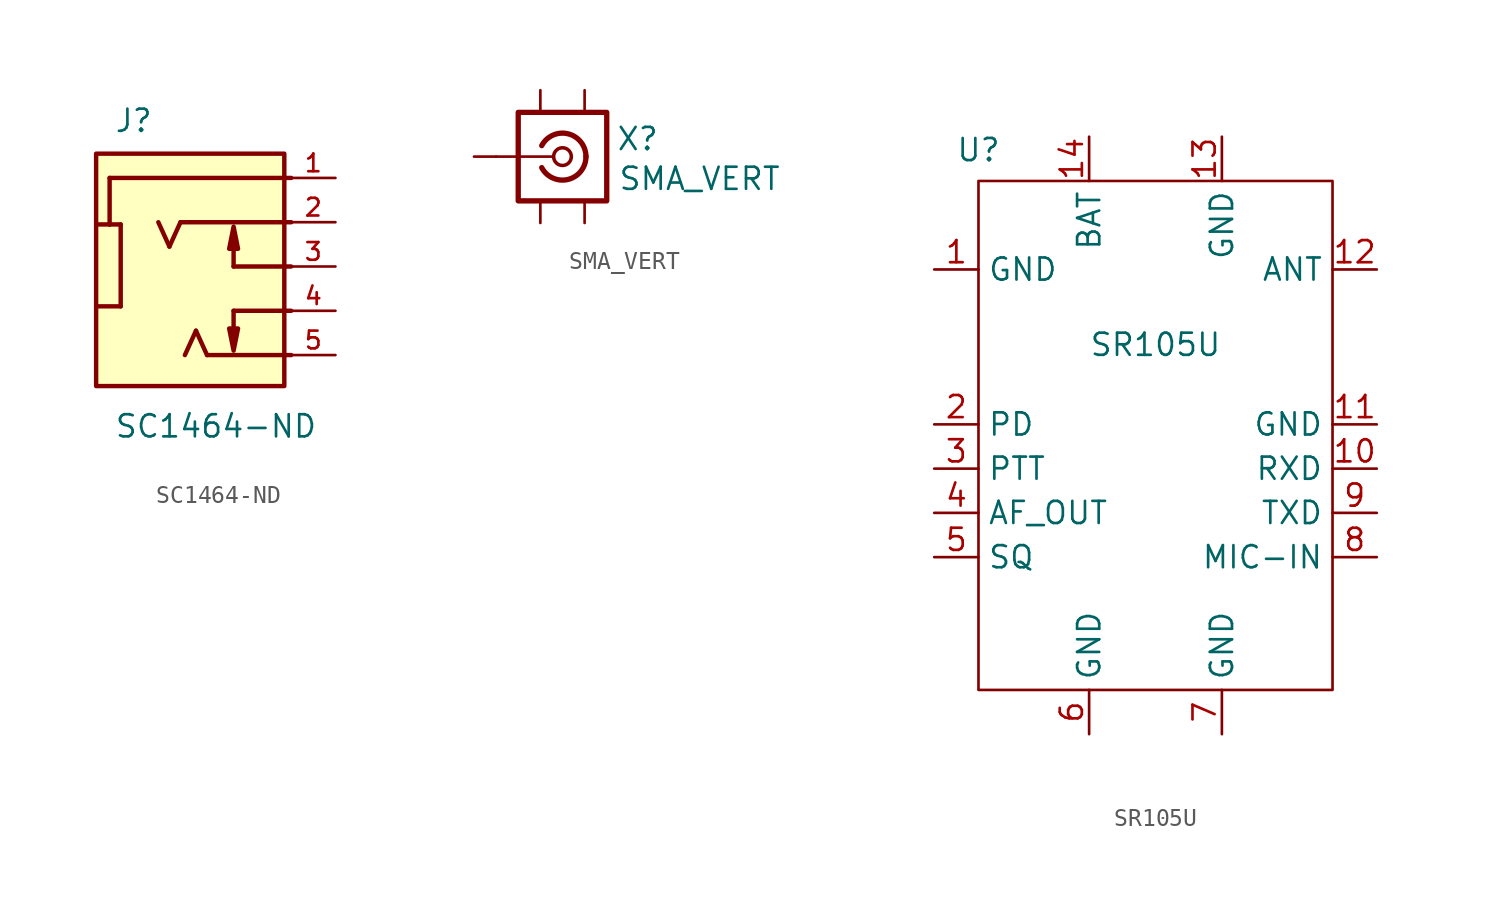
<source format=kicad_sym>
(kicad_symbol_lib
  (version 20241209)
  (generator "kicad_symbol_editor")
  (generator_version "9.0")
  (symbol "SC1464-ND"
    (pin_names
      (offset 1.016))
    (property "Reference" "J"
      (at -5.08 7.62 0)
      (effects (font (size 1.27 1.27)) (justify left bottom)))
    (property "Value" "SC1464-ND"
      (at -5.08 -9.906 0)
      (effects (font (size 1.27 1.27)) (justify left bottom)))
    (symbol "SC1464-ND_0_0"
      (rectangle (start -6.108 6.472) (end 4.687 -6.858) (stroke (width 0.254) (type default)) (fill (type background)))
      (polyline (pts (xy -5.969 2.413) (xy -5.334 2.413)) (stroke (width 0.254) (type default)) (fill (type none)))
      (polyline (pts (xy -5.334 5.08) (xy -5.334 2.413)) (stroke (width 0.254) (type default)) (fill (type none)))
      (polyline (pts (xy -5.334 2.413) (xy -4.699 2.413)) (stroke (width 0.254) (type default)) (fill (type none)))
      (polyline (pts (xy -4.699 2.413) (xy -4.699 -2.286)) (stroke (width 0.254) (type default)) (fill (type none)))
      (polyline (pts (xy -4.699 -2.286) (xy -5.969 -2.286)) (stroke (width 0.254) (type default)) (fill (type none)))
      (polyline (pts (xy -1.905 1.143) (xy -2.54 2.54)) (stroke (width 0.254) (type default)) (fill (type none)))
      (polyline (pts (xy -1.27 2.54) (xy -1.905 1.143)) (stroke (width 0.254) (type default)) (fill (type none)))
      (polyline (pts (xy -0.381 -3.683) (xy -1.016 -5.08)) (stroke (width 0.254) (type default)) (fill (type none)))
      (polyline (pts (xy 0.254 -5.08) (xy -0.381 -3.683)) (stroke (width 0.254) (type default)) (fill (type none)))
      (polyline (pts (xy 1.778 2.286) (xy 1.524 1.016) (xy 2.032 1.016) (xy 1.778 2.286)) (stroke (width 0.254) (type default)) (fill (type outline)))
      (polyline (pts (xy 1.778 0) (xy 1.778 1.778)) (stroke (width 0.254) (type default)) (fill (type none)))
      (polyline (pts (xy 1.778 0) (xy 5.08 0)) (stroke (width 0.254) (type default)) (fill (type none)))
      (polyline (pts (xy 1.778 -2.54) (xy 1.778 -4.318)) (stroke (width 0.254) (type default)) (fill (type none)))
      (polyline (pts (xy 1.778 -2.54) (xy 5.08 -2.54)) (stroke (width 0.254) (type default)) (fill (type none)))
      (polyline (pts (xy 1.778 -4.826) (xy 1.524 -3.556) (xy 2.032 -3.556) (xy 1.778 -4.826)) (stroke (width 0.254) (type default)) (fill (type outline)))
      (polyline (pts (xy 5.08 5.08) (xy -5.334 5.08)) (stroke (width 0.254) (type default)) (fill (type none)))
      (polyline (pts (xy 5.08 2.54) (xy -1.27 2.54)) (stroke (width 0.254) (type default)) (fill (type none)))
      (polyline (pts (xy 5.08 -5.08) (xy 0.254 -5.08)) (stroke (width 0.254) (type default)) (fill (type none)))
      (pin passive line (at 7.62 5.08 180) (length 2.54) (name "~" (effects (font (size 1.016 1.016)))) (number "1" (effects (font (size 1.016 1.016)))))
      (pin passive line (at 7.62 2.54 180) (length 2.54) (name "~" (effects (font (size 1.016 1.016)))) (number "2" (effects (font (size 1.016 1.016)))))
      (pin passive line (at 7.62 0 180) (length 2.54) (name "~" (effects (font (size 1.016 1.016)))) (number "3" (effects (font (size 1.016 1.016)))))
      (pin passive line (at 7.62 -2.54 180) (length 2.54) (name "~" (effects (font (size 1.016 1.016)))) (number "4" (effects (font (size 1.016 1.016)))))
      (pin passive line (at 7.62 -5.08 180) (length 2.54) (name "~" (effects (font (size 1.016 1.016)))) (number "5" (effects (font (size 1.016 1.016)))))))
  (symbol "SMA_VERT"
    (pin_numbers
      (hide yes))
    (pin_names
      (offset 1.016)
      (hide yes))
    (property "Reference" "X"
      (at 4.318 1.016 0)
      (effects (font (size 1.27 1.27))))
    (property "Value" "SMA_VERT"
      (at 7.874 -1.27 0)
      (effects (font (size 1.27 1.27))))
    (symbol "SMA_VERT_0_1"
      (polyline (pts (xy -3.81 0) (xy -0.508 0)) (stroke (width 0) (type default)) (fill (type none)))
      (circle (center 0 0) (radius 0.508) (stroke (width 0.203) (type default)) (fill (type none))))
    (symbol "SMA_VERT_1_1"
      (rectangle (start -2.54 2.54) (end 2.54 -2.54) (stroke (width 0.305) (type solid)) (fill (type none)))
      (arc (start 1.3484 0.0039) (mid 0.327 -1.308) (end -1.1916 -0.6311) (stroke (width 0.3048) (type default)) (fill (type none)))
      (arc (start -1.1916 0.6311) (mid 0.327 1.3081) (end 1.3484 -0.0039) (stroke (width 0.3048) (type default)) (fill (type none)))
      (pin passive line (at -5.08 0 0) (length 1.27) (name "In" (effects (font (size 1.27 1.27)))) (number "1" (effects (font (size 1.27 1.27)))))
      (pin passive line (at -1.27 3.81 270) (length 1.27) (name "Ext" (effects (font (size 1.27 1.27)))) (number "2" (effects (font (size 1.27 1.27)))))
      (pin passive line (at -1.27 -3.81 90) (length 1.27) (name "Ext" (effects (font (size 1.27 1.27)))) (number "2" (effects (font (size 1.27 1.27)))))
      (pin passive line (at 1.27 3.81 270) (length 1.27) (name "Ext" (effects (font (size 1.27 1.27)))) (number "2" (effects (font (size 1.27 1.27)))))
      (pin passive line (at 1.27 -3.81 90) (length 1.27) (name "Ext" (effects (font (size 1.27 1.27)))) (number "2" (effects (font (size 1.27 1.27)))))))
  (symbol "SR105U"
    (property "Reference" "U"
      (at -5.08 6.858 0)
      (effects (font (size 1.27 1.27))))
    (property "Value" "SR105U"
      (at 5.08 -4.318 0)
      (effects (font (size 1.27 1.27))))
    (symbol "SR105U_0_1"
      (rectangle (start -5.08 5.08) (end 15.24 -24.13) (stroke (width 0) (type default)) (fill (type none))))
    (symbol "SR105U_1_1"
      (pin power_in line (at -7.62 0 0) (length 2.54) (name "GND" (effects (font (size 1.27 1.27)))) (number "1" (effects (font (size 1.27 1.27)))))
      (pin input line (at -7.62 -8.89 0) (length 2.54) (name "PD" (effects (font (size 1.27 1.27)))) (number "2" (effects (font (size 1.27 1.27)))))
      (pin input line (at -7.62 -11.43 0) (length 2.54) (name "PTT" (effects (font (size 1.27 1.27)))) (number "3" (effects (font (size 1.27 1.27)))))
      (pin input line (at -7.62 -13.97 0) (length 2.54) (name "AF_OUT" (effects (font (size 1.27 1.27)))) (number "4" (effects (font (size 1.27 1.27)))))
      (pin input line (at -7.62 -16.51 0) (length 2.54) (name "SQ" (effects (font (size 1.27 1.27)))) (number "5" (effects (font (size 1.27 1.27)))))
      (pin power_in line (at 1.27 7.62 270) (length 2.54) (name "BAT" (effects (font (size 1.27 1.27)))) (number "14" (effects (font (size 1.27 1.27)))))
      (pin power_in line (at 1.27 -26.67 90) (length 2.54) (name "GND" (effects (font (size 1.27 1.27)))) (number "6" (effects (font (size 1.27 1.27)))))
      (pin power_in line (at 8.89 7.62 270) (length 2.54) (name "GND" (effects (font (size 1.27 1.27)))) (number "13" (effects (font (size 1.27 1.27)))))
      (pin power_in line (at 8.89 -26.67 90) (length 2.54) (name "GND" (effects (font (size 1.27 1.27)))) (number "7" (effects (font (size 1.27 1.27)))))
      (pin bidirectional line (at 17.78 0 180) (length 2.54) (name "ANT" (effects (font (size 1.27 1.27)))) (number "12" (effects (font (size 1.27 1.27)))))
      (pin power_in line (at 17.78 -8.89 180) (length 2.54) (name "GND" (effects (font (size 1.27 1.27)))) (number "11" (effects (font (size 1.27 1.27)))))
      (pin input line (at 17.78 -11.43 180) (length 2.54) (name "RXD" (effects (font (size 1.27 1.27)))) (number "10" (effects (font (size 1.27 1.27)))))
      (pin output line (at 17.78 -13.97 180) (length 2.54) (name "TXD" (effects (font (size 1.27 1.27)))) (number "9" (effects (font (size 1.27 1.27)))))
      (pin input line (at 17.78 -16.51 180) (length 2.54) (name "MIC-IN" (effects (font (size 1.27 1.27)))) (number "8" (effects (font (size 1.27 1.27))))))))
</source>
